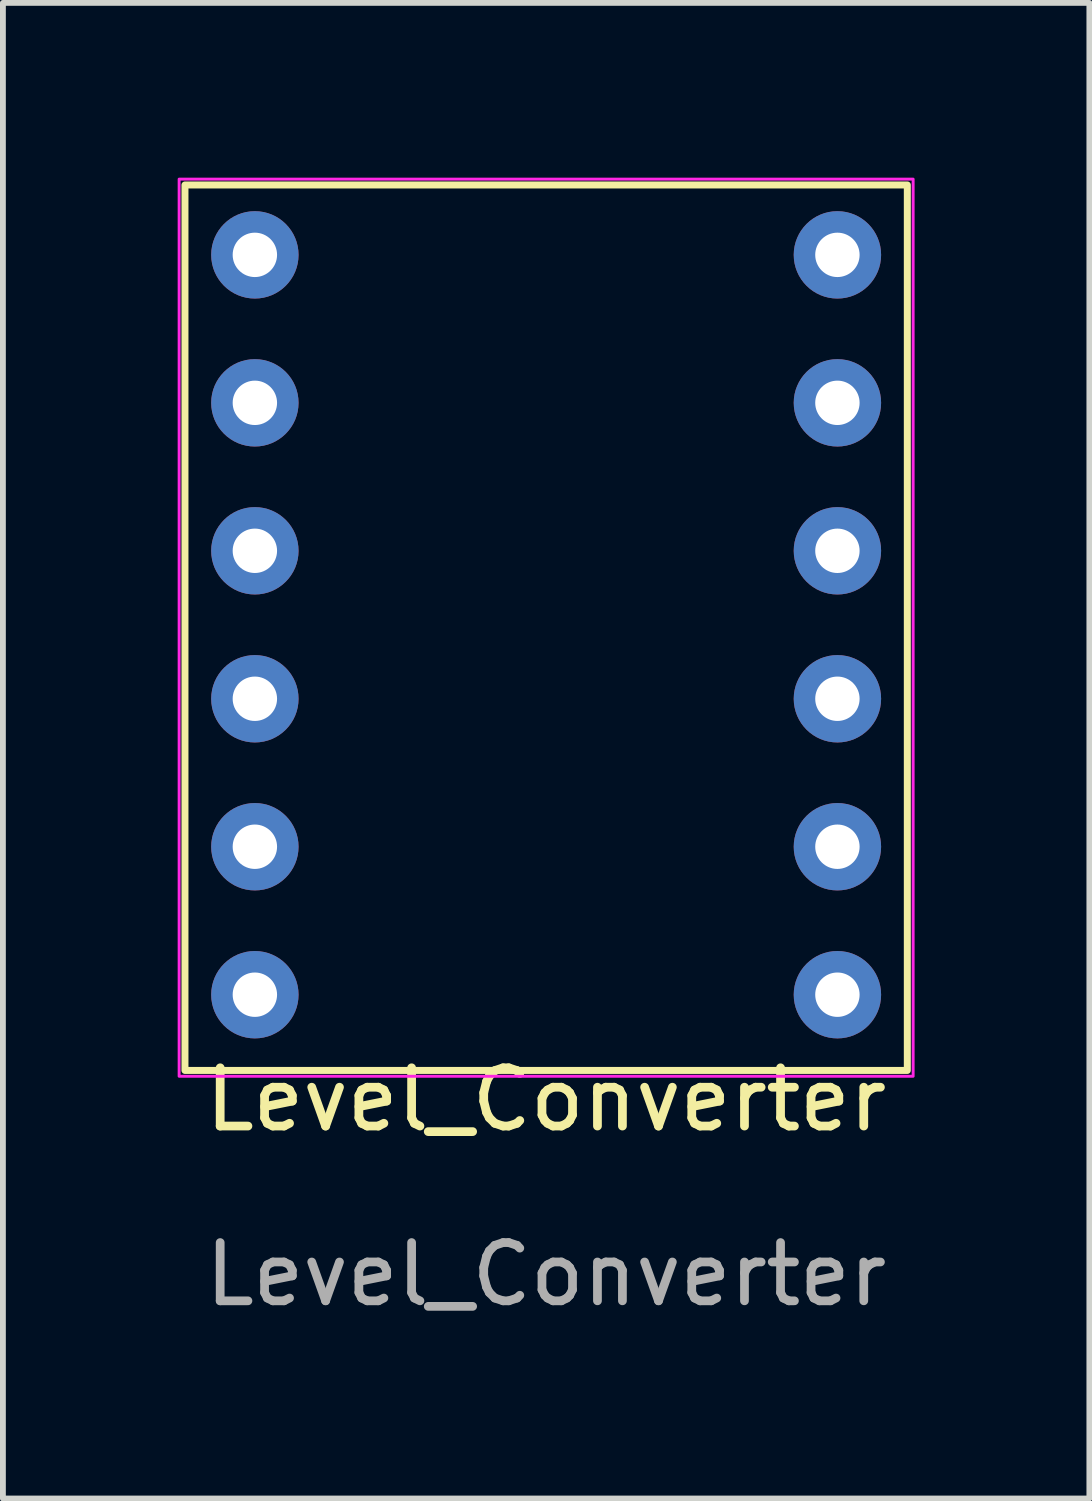
<source format=kicad_pcb>
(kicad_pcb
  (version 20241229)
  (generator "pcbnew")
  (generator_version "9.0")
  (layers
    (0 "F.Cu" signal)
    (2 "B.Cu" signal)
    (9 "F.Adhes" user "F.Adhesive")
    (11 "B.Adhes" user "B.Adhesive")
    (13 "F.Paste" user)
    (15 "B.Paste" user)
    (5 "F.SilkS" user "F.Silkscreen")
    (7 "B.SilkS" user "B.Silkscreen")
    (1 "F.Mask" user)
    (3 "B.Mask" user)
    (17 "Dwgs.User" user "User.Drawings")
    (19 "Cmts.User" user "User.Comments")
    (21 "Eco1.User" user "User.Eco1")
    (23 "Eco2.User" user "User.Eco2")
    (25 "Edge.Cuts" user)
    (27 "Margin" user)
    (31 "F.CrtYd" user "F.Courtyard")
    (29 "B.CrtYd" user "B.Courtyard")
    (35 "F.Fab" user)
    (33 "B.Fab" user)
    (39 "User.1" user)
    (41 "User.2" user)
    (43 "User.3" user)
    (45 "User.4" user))
  (footprint "Level_Converter"
    (layer "F.Cu")
    (at 6.325 16.325)
    (property "Reference" "Level_Converter" (at 0 -0.5 0) (unlocked yes) (layer "F.SilkS") (effects (font (size 1 1) (thickness 0.15))))
    (attr through_hole)
    (fp_rect (start -6.2 -16.2) (end 6.2 -1) (stroke (width 0.12) (type default)) (fill no) (layer "F.SilkS"))
    (fp_rect (start -6.3 -16.3) (end 6.3 -0.9) (stroke (width 0.05) (type default)) (fill no) (layer "F.CrtYd"))
    (fp_text user "${REFERENCE}" (at 0 2.5 0) (unlocked yes) (layer "F.Fab") (effects (font (size 1 1) (thickness 0.15))))
    (pad "1" thru_hole circle (at -5 -15) (size 1.5 1.5) (drill 0.762) (layers "*.Cu" "*.Mask"))
    (pad "2" thru_hole circle (at -5 -12.46) (size 1.5 1.5) (drill 0.762) (layers "*.Cu" "*.Mask"))
    (pad "3" thru_hole circle (at -5 -9.92) (size 1.5 1.5) (drill 0.762) (layers "*.Cu" "*.Mask"))
    (pad "4" thru_hole circle (at -5 -7.38) (size 1.5 1.5) (drill 0.762) (layers "*.Cu" "*.Mask"))
    (pad "5" thru_hole circle (at -5 -4.84) (size 1.5 1.5) (drill 0.762) (layers "*.Cu" "*.Mask"))
    (pad "6" thru_hole circle (at -5 -2.3) (size 1.5 1.5) (drill 0.762) (layers "*.Cu" "*.Mask"))
    (pad "7" thru_hole circle (at 5 -2.3) (size 1.5 1.5) (drill 0.762) (layers "*.Cu" "*.Mask"))
    (pad "8" thru_hole circle (at 5 -4.84) (size 1.5 1.5) (drill 0.762) (layers "*.Cu" "*.Mask"))
    (pad "9" thru_hole circle (at 5 -7.38) (size 1.5 1.5) (drill 0.762) (layers "*.Cu" "*.Mask"))
    (pad "10" thru_hole circle (at 5 -9.92) (size 1.5 1.5) (drill 0.762) (layers "*.Cu" "*.Mask"))
    (pad "11" thru_hole circle (at 5 -12.46) (size 1.5 1.5) (drill 0.762) (layers "*.Cu" "*.Mask"))
    (pad "12" thru_hole circle (at 5 -15) (size 1.5 1.5) (drill 0.762) (layers "*.Cu" "*.Mask")))
  (gr_rect
    (start -3 -3)
    (end 15.65 22.673)
    (stroke (width 0.1) (type default))
    (fill no)
    (layer "Edge.Cuts")))
</source>
